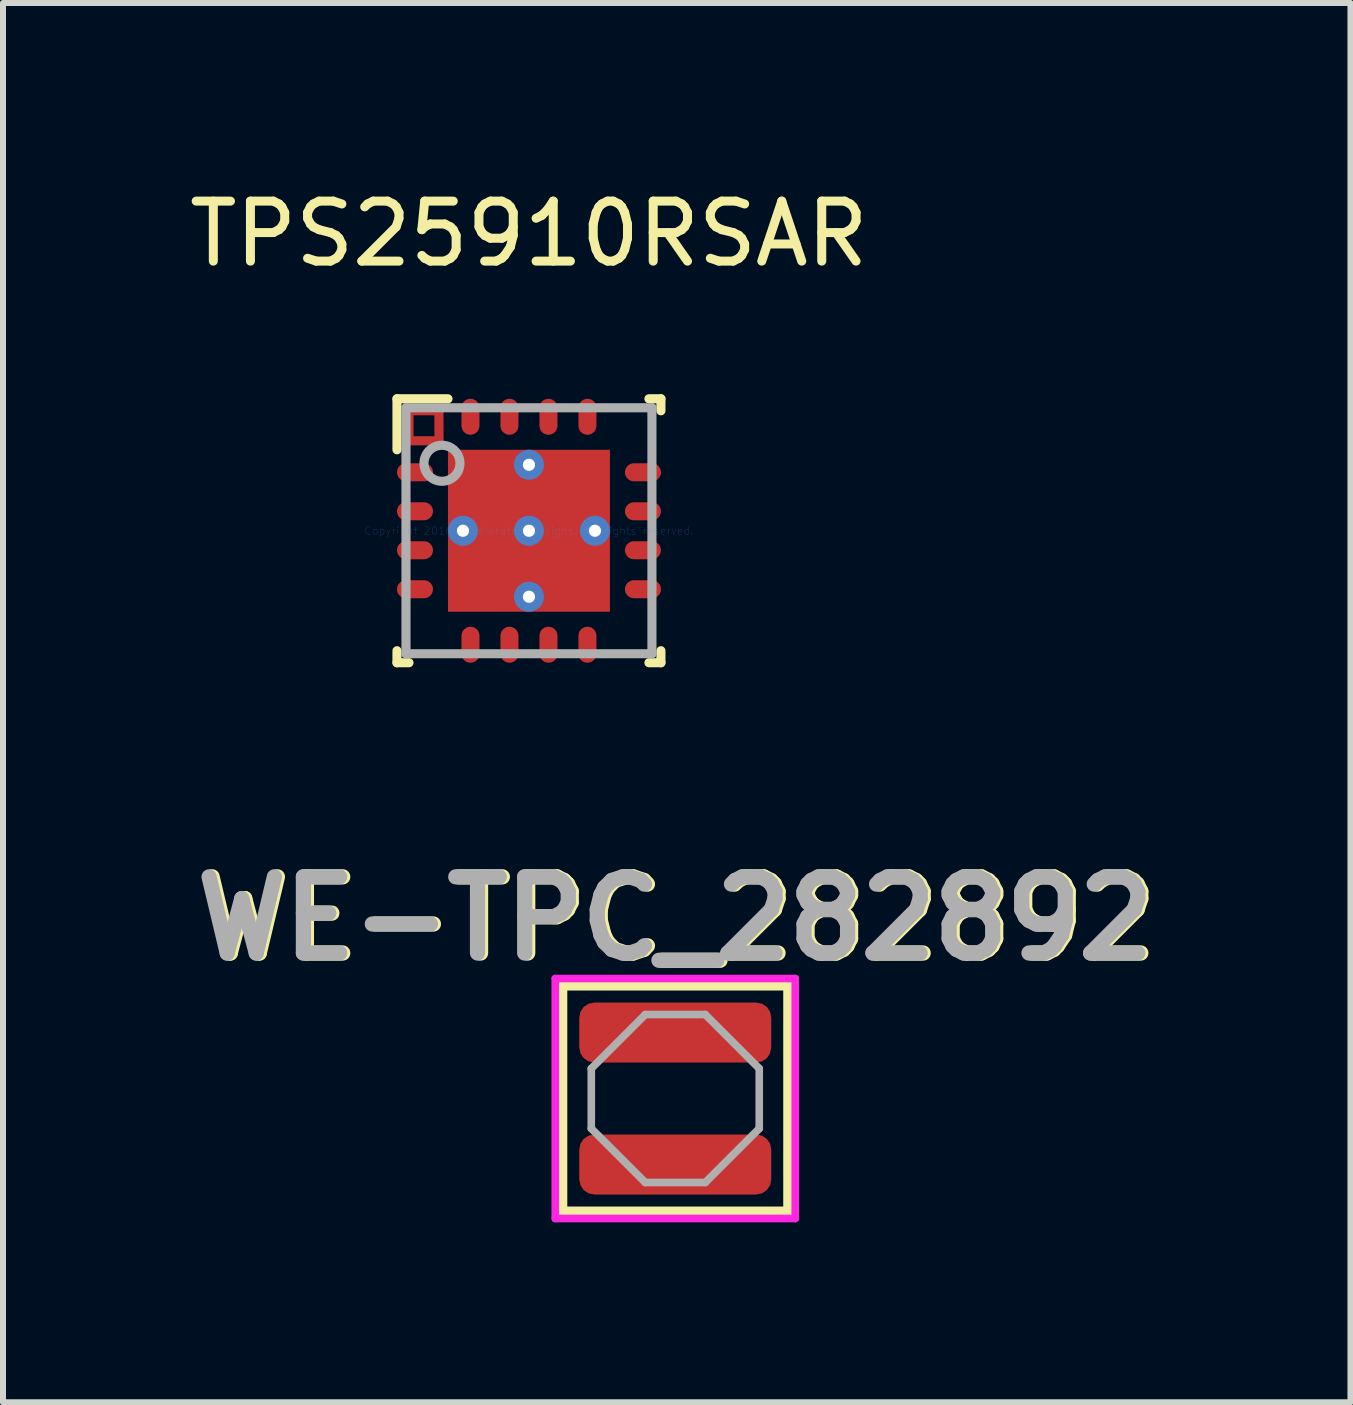
<source format=kicad_pcb>
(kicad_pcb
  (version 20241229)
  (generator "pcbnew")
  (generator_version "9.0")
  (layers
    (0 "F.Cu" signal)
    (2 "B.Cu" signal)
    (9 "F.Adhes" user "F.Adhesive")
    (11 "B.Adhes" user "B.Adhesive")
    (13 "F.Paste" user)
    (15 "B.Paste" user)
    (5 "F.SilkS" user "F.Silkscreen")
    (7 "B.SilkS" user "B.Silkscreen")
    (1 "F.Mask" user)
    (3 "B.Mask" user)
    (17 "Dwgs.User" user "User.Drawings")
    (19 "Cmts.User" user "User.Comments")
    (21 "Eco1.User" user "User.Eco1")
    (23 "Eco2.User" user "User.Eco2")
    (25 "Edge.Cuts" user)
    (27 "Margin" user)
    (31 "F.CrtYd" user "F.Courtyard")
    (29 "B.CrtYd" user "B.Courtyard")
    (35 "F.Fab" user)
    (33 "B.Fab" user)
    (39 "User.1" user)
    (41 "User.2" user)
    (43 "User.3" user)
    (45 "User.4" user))
  (footprint "WE-TPC_282892"
    (layer "F.Cu")
    (at 8.207 15.263)
    (property "Reference" "WE-TPC_282892" (at 0.05 -3 0) (layer "F.SilkS") (effects (font (size 1.27 1.27) (thickness 0.254))))
    (attr smd)
    (fp_line (start -1.9 -1.9) (end 1.9 -1.9) (stroke (width 0.2) (type solid)) (layer "F.SilkS"))
    (fp_line (start -1.9 1.85) (end -1.9 -1.9) (stroke (width 0.2) (type solid)) (layer "F.SilkS"))
    (fp_line (start 1.9 -1.9) (end 1.9 1.9) (stroke (width 0.2) (type solid)) (layer "F.SilkS"))
    (fp_line (start 1.9 1.9) (end -1.9 1.9) (stroke (width 0.2) (type solid)) (layer "F.SilkS"))
    (fp_line (start -2 -2) (end 2 -2) (stroke (width 0.127) (type solid)) (layer "F.CrtYd"))
    (fp_line (start -2 2) (end -2 -2) (stroke (width 0.127) (type solid)) (layer "F.CrtYd"))
    (fp_line (start 2 -2) (end 2 2) (stroke (width 0.127) (type solid)) (layer "F.CrtYd"))
    (fp_line (start 2 2) (end -2 2) (stroke (width 0.127) (type solid)) (layer "F.CrtYd"))
    (fp_line (start -1.4 -0.5) (end -1.4 0.5) (stroke (width 0.127) (type solid)) (layer "F.Fab"))
    (fp_line (start -1.4 0.5) (end -0.5 1.4) (stroke (width 0.127) (type solid)) (layer "F.Fab"))
    (fp_line (start -0.5 -1.4) (end -1.4 -0.5) (stroke (width 0.127) (type solid)) (layer "F.Fab"))
    (fp_line (start -0.5 -1.4) (end 0.5 -1.4) (stroke (width 0.127) (type solid)) (layer "F.Fab"))
    (fp_line (start -0.5 1.4) (end 0.5 1.4) (stroke (width 0.127) (type solid)) (layer "F.Fab"))
    (fp_line (start 0.5 -1.4) (end 1.4 -0.5) (stroke (width 0.127) (type solid)) (layer "F.Fab"))
    (fp_line (start 1.4 -0.5) (end 1.4 0.5) (stroke (width 0.127) (type solid)) (layer "F.Fab"))
    (fp_line (start 1.4 0.5) (end 0.5 1.4) (stroke (width 0.127) (type solid)) (layer "F.Fab"))
    (fp_text user "${REFERENCE}" (at 0 -3 0) (layer "F.Fab") (effects (font (size 1.27 1.27) (thickness 0.254))))
    (pad "1" smd roundrect (at 0 -1.1 90) (size 1 3.2) (layers "F.Cu" "F.Mask" "F.Paste") (roundrect_rratio 0.25))
    (pad "2" smd roundrect (at 0 1.1 90) (size 1 3.2) (layers "F.Cu" "F.Mask" "F.Paste") (roundrect_rratio 0.25)))
  (footprint "TPS25910RSAR"
    (layer "F.Cu")
    (at 5.768 5.798)
    (property "Reference" "TPS25910RSAR" (at 0 -4.95 0) (layer "F.SilkS") (effects (font (size 1 1) (thickness 0.15))))
    (attr through_hole)
    (fp_line (start -2 -2) (end -2 -1.5) (stroke (width 0.152) (type solid)) (layer "F.Cu"))
    (fp_line (start -2 -1.5) (end -1.5 -1.5) (stroke (width 0.152) (type solid)) (layer "F.Cu"))
    (fp_line (start -1.5 -2) (end -2 -2) (stroke (width 0.152) (type solid)) (layer "F.Cu"))
    (fp_line (start -1.5 -1.5) (end -1.5 -2) (stroke (width 0.152) (type solid)) (layer "F.Cu"))
    (fp_line (start -2.2 -2.2) (end -1.35 -2.2) (stroke (width 0.152) (type solid)) (layer "F.SilkS"))
    (fp_line (start -2.2 -1.35) (end -2.2 -2.2) (stroke (width 0.152) (type solid)) (layer "F.SilkS"))
    (fp_line (start -2.2 2.2) (end -2.2 2) (stroke (width 0.152) (type solid)) (layer "F.SilkS"))
    (fp_line (start -2.2 2.2) (end -2 2.2) (stroke (width 0.152) (type solid)) (layer "F.SilkS"))
    (fp_line (start 2 -2.2) (end 2.2 -2.2) (stroke (width 0.152) (type solid)) (layer "F.SilkS"))
    (fp_line (start 2 2.2) (end 2.2 2.2) (stroke (width 0.152) (type solid)) (layer "F.SilkS"))
    (fp_line (start 2.2 -2) (end 2.2 -2.2) (stroke (width 0.152) (type solid)) (layer "F.SilkS"))
    (fp_line (start 2.2 2.2) (end 2.2 2) (stroke (width 0.152) (type solid)) (layer "F.SilkS"))
    (fp_line (start -1.288 -1.288) (end -1.288 -0.1) (stroke (width 0.152) (type solid)) (layer "F.Paste"))
    (fp_line (start -1.288 -0.1) (end -0.1 -0.1) (stroke (width 0.152) (type solid)) (layer "F.Paste"))
    (fp_line (start -1.288 0.1) (end -1.288 1.288) (stroke (width 0.152) (type solid)) (layer "F.Paste"))
    (fp_line (start -1.288 1.288) (end -0.1 1.288) (stroke (width 0.152) (type solid)) (layer "F.Paste"))
    (fp_line (start -0.1 -1.288) (end -1.288 -1.288) (stroke (width 0.152) (type solid)) (layer "F.Paste"))
    (fp_line (start -0.1 -0.1) (end -0.1 -1.288) (stroke (width 0.152) (type solid)) (layer "F.Paste"))
    (fp_line (start -0.1 0.1) (end -1.288 0.1) (stroke (width 0.152) (type solid)) (layer "F.Paste"))
    (fp_line (start -0.1 1.288) (end -0.1 0.1) (stroke (width 0.152) (type solid)) (layer "F.Paste"))
    (fp_line (start 0.1 -1.288) (end 0.1 -0.1) (stroke (width 0.152) (type solid)) (layer "F.Paste"))
    (fp_line (start 0.1 -0.1) (end 1.288 -0.1) (stroke (width 0.152) (type solid)) (layer "F.Paste"))
    (fp_line (start 0.1 0.1) (end 0.1 1.288) (stroke (width 0.152) (type solid)) (layer "F.Paste"))
    (fp_line (start 0.1 1.288) (end 1.288 1.288) (stroke (width 0.152) (type solid)) (layer "F.Paste"))
    (fp_line (start 1.288 -1.288) (end 0.1 -1.288) (stroke (width 0.152) (type solid)) (layer "F.Paste"))
    (fp_line (start 1.288 -0.1) (end 1.288 -1.288) (stroke (width 0.152) (type solid)) (layer "F.Paste"))
    (fp_line (start 1.288 0.1) (end 0.1 0.1) (stroke (width 0.152) (type solid)) (layer "F.Paste"))
    (fp_line (start 1.288 1.288) (end 1.288 0.1) (stroke (width 0.152) (type solid)) (layer "F.Paste"))
    (fp_line (start -2.05 -2.05) (end 2.05 -2.05) (stroke (width 0.152) (type solid)) (layer "F.Fab"))
    (fp_line (start -2.05 2.05) (end -2.05 -2.05) (stroke (width 0.152) (type solid)) (layer "F.Fab"))
    (fp_line (start -2.05 2.05) (end 2.05 2.05) (stroke (width 0.152) (type solid)) (layer "F.Fab"))
    (fp_line (start 2.05 2.05) (end 2.05 -2.05) (stroke (width 0.152) (type solid)) (layer "F.Fab"))
    (fp_circle (center -1.45 -1.125) (end -1.15 -1.125) (stroke (width 0.152) (type solid)) (fill no) (layer "F.Fab"))
    (fp_text user "Copyright 2016 Accelerated Designs. All rights reserved." (at 0 0 0) (layer "Cmts.User") (effects (font (size 0.127 0.127) (thickness 0.002))))
    (pad "1" smd oval (at -1.9 -0.975 90) (size 0.3 0.6) (layers "F.Cu" "F.Mask" "F.Paste"))
    (pad "2" smd oval (at -1.9 -0.325 90) (size 0.3 0.6) (layers "F.Cu" "F.Mask" "F.Paste"))
    (pad "3" smd oval (at -1.9 0.325 90) (size 0.3 0.6) (layers "F.Cu" "F.Mask" "F.Paste"))
    (pad "4" smd oval (at -1.9 0.975 90) (size 0.3 0.6) (layers "F.Cu" "F.Mask" "F.Paste"))
    (pad "5" smd oval (at -0.975 1.9) (size 0.3 0.6) (layers "F.Cu" "F.Mask" "F.Paste"))
    (pad "6" smd oval (at -0.325 1.9) (size 0.3 0.6) (layers "F.Cu" "F.Mask" "F.Paste"))
    (pad "7" smd oval (at 0.325 1.9) (size 0.3 0.6) (layers "F.Cu" "F.Mask" "F.Paste"))
    (pad "8" smd oval (at 0.975 1.9) (size 0.3 0.6) (layers "F.Cu" "F.Mask" "F.Paste"))
    (pad "9" smd oval (at 1.9 0.975 90) (size 0.3 0.6) (layers "F.Cu" "F.Mask" "F.Paste"))
    (pad "10" smd oval (at 1.9 0.325 90) (size 0.3 0.6) (layers "F.Cu" "F.Mask" "F.Paste"))
    (pad "11" smd oval (at 1.9 -0.325 90) (size 0.3 0.6) (layers "F.Cu" "F.Mask" "F.Paste"))
    (pad "12" smd oval (at 1.9 -0.975 90) (size 0.3 0.6) (layers "F.Cu" "F.Mask" "F.Paste"))
    (pad "13" smd oval (at 0.975 -1.9) (size 0.3 0.6) (layers "F.Cu" "F.Mask" "F.Paste"))
    (pad "14" smd oval (at 0.325 -1.9) (size 0.3 0.6) (layers "F.Cu" "F.Mask" "F.Paste"))
    (pad "15" smd oval (at -0.325 -1.9) (size 0.3 0.6) (layers "F.Cu" "F.Mask" "F.Paste"))
    (pad "16" smd oval (at -0.975 -1.9) (size 0.3 0.6) (layers "F.Cu" "F.Mask" "F.Paste"))
    (pad "17" smd rect (at 0 0) (size 2.7 2.7) (layers "F.Cu" "F.Mask" "F.Paste"))
    (pad "V" thru_hole circle (at -1.1 0) (size 0.5 0.5) (drill 0.203) (layers "*.Cu" "*.Mask"))
    (pad "V" thru_hole circle (at 0 -1.1) (size 0.5 0.5) (drill 0.203) (layers "*.Cu" "*.Mask"))
    (pad "V" thru_hole circle (at 0 0) (size 0.5 0.5) (drill 0.203) (layers "*.Cu" "*.Mask"))
    (pad "V" thru_hole circle (at 0 1.1) (size 0.5 0.5) (drill 0.203) (layers "*.Cu" "*.Mask"))
    (pad "V" thru_hole circle (at 1.1 0) (size 0.5 0.5) (drill 0.203) (layers "*.Cu" "*.Mask")))
  (gr_rect
    (start -3 -3)
    (end 19.463 20.327)
    (stroke (width 0.1) (type default))
    (fill no)
    (layer "Edge.Cuts")))
</source>
